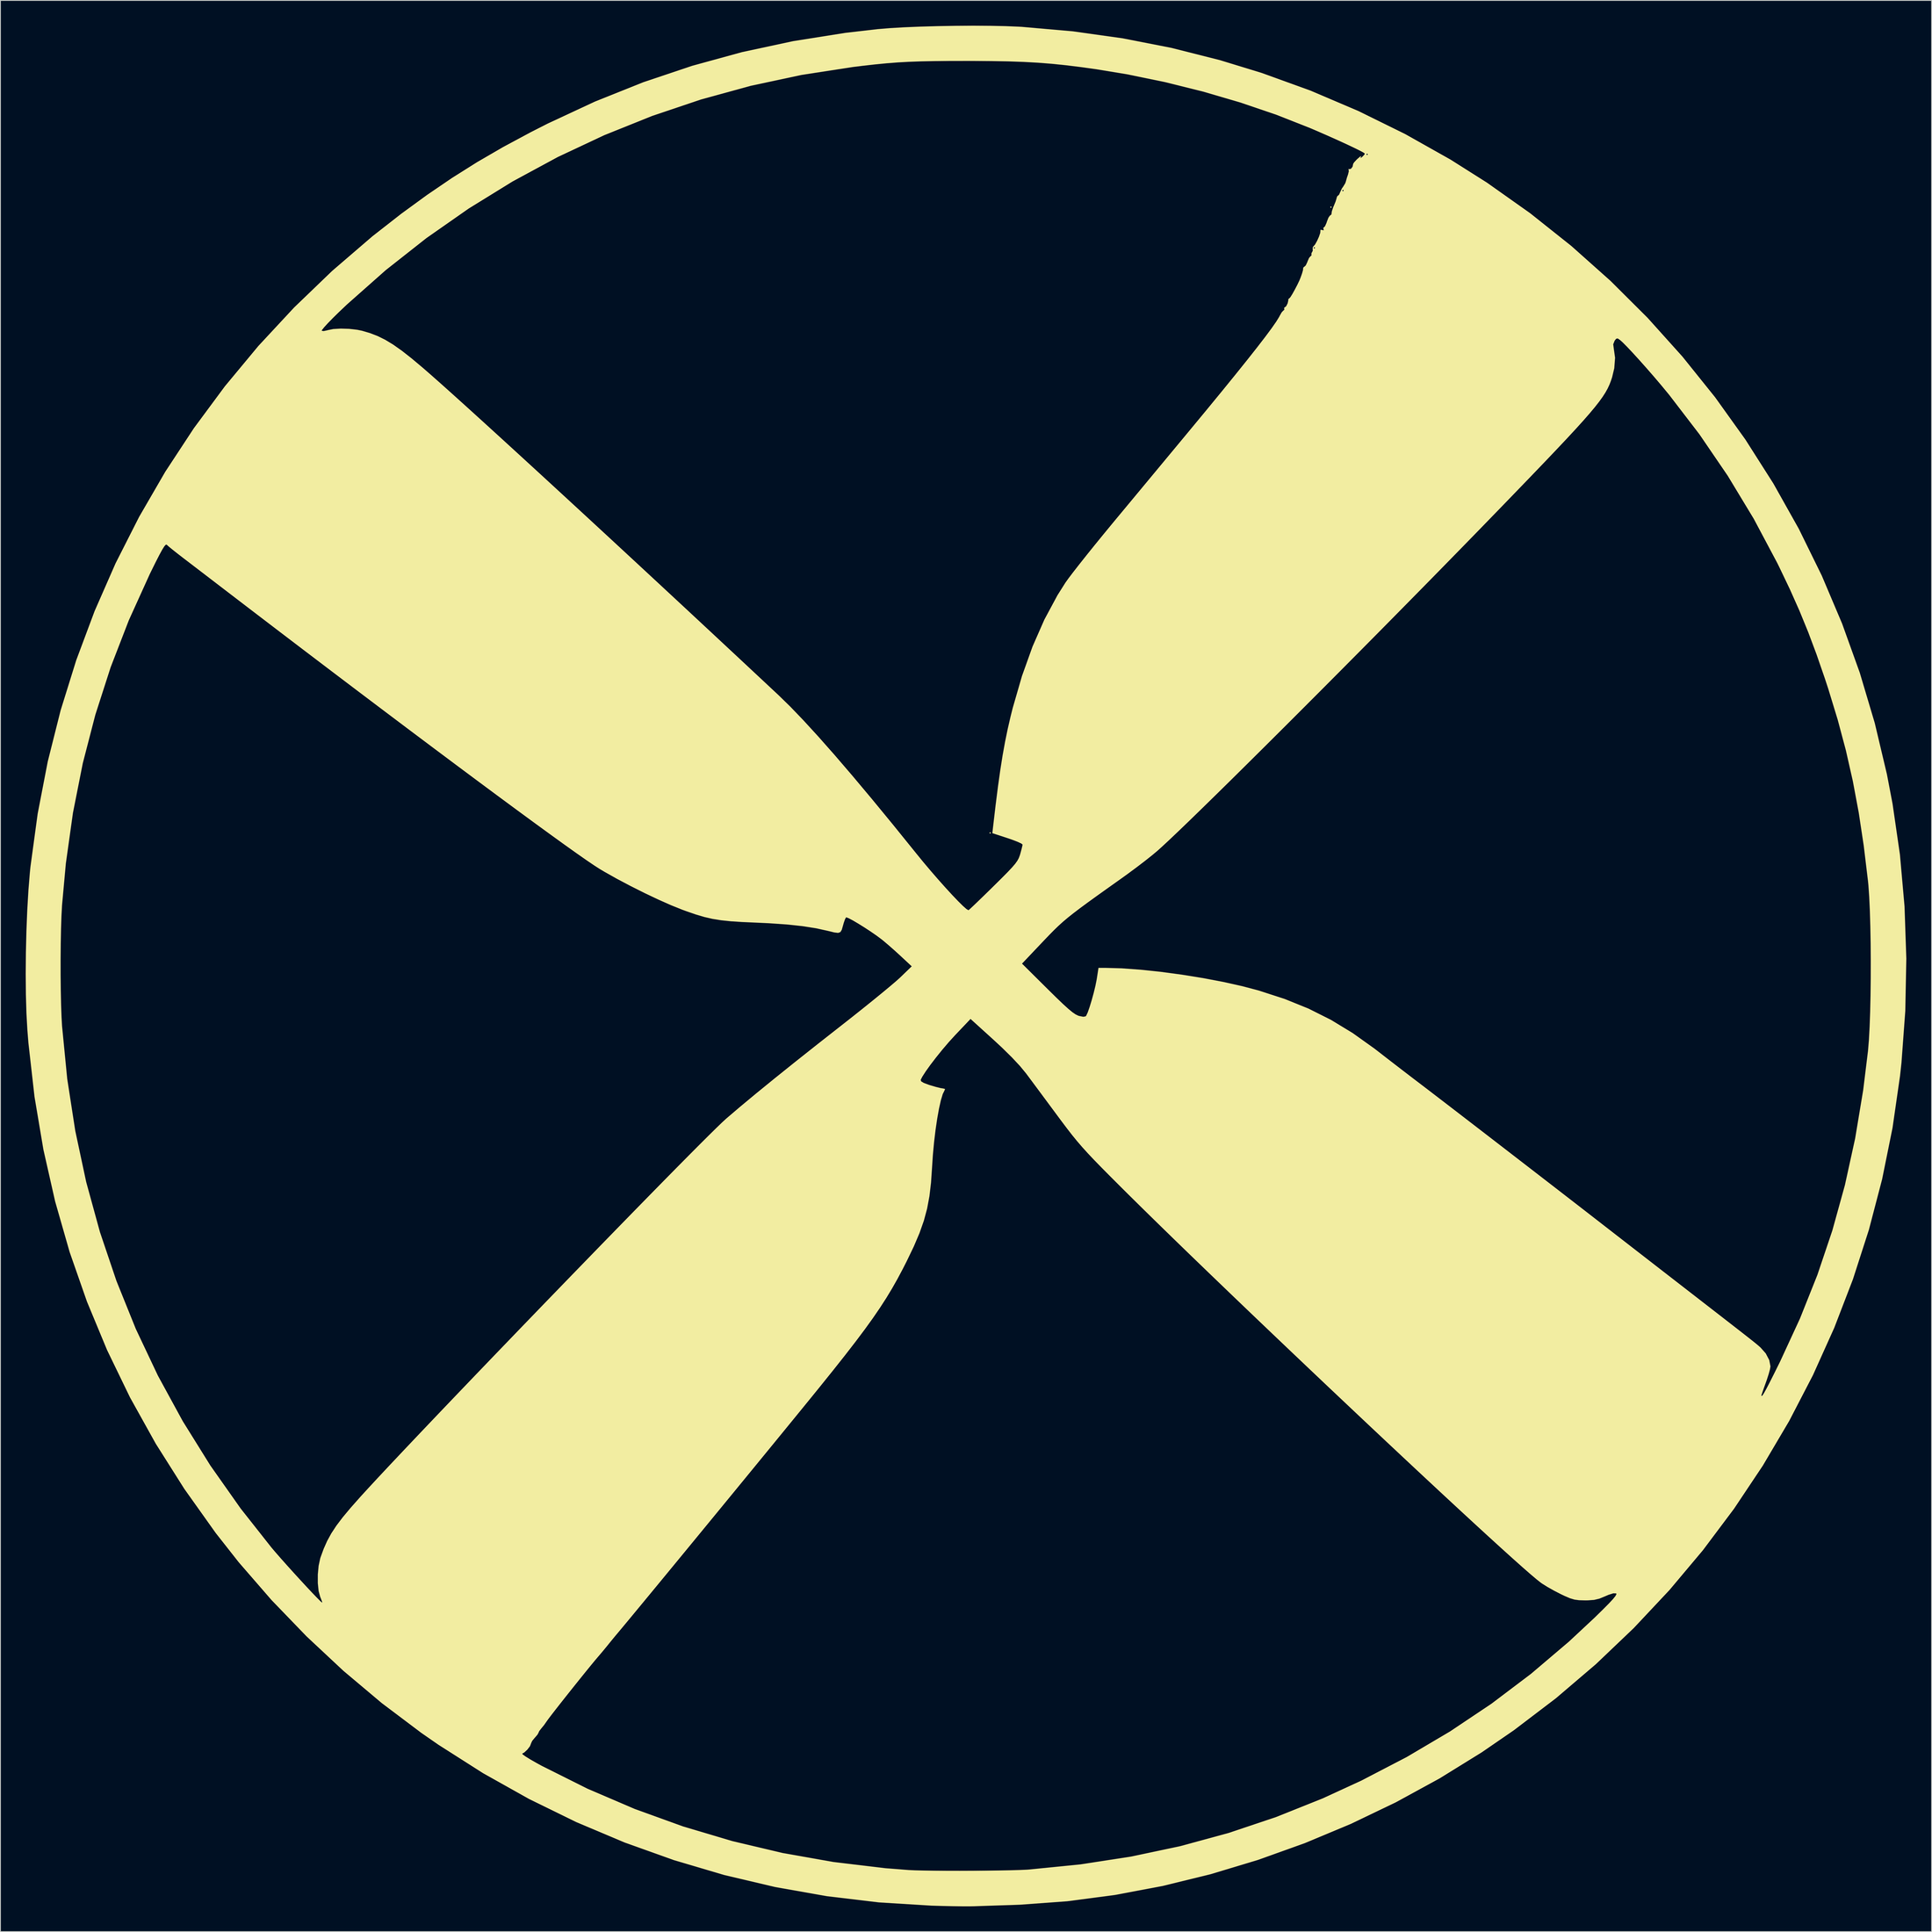
<source format=kicad_pcb>
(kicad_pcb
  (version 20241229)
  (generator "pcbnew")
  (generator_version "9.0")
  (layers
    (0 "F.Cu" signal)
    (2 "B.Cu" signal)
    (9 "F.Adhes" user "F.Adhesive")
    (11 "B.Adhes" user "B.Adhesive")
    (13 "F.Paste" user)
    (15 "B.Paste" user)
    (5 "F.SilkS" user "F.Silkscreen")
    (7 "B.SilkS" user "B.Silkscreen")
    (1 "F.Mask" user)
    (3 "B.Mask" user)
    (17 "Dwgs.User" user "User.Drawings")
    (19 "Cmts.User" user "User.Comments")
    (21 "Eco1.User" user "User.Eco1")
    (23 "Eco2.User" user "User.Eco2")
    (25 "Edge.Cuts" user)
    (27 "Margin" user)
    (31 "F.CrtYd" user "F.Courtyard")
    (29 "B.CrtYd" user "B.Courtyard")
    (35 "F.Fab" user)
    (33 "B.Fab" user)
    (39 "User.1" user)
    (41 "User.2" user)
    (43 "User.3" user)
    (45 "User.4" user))
  (footprint "multitest"
    (layer "F.Cu")
    (at 111.454 111.405)
    (property "Reference" "multitest" (at 0 0 0) (layer "F.SilkS") (effects (font (size 1.524 1.524) (thickness 0.3))))
    (attr board_only exclude_from_pos_files exclude_from_bom)
    (fp_poly (pts (xy 3.041 -15.651) (xy 2.951 -15.562) (xy 2.862 -15.651) (xy 2.951 -15.741)) (stroke (width 0) (type solid)) (fill yes) (layer "F.SilkS"))
    (fp_poly (pts (xy 43.466 -89.884) (xy 43.377 -89.794) (xy 43.287 -89.884) (xy 43.377 -89.973)) (stroke (width 0) (type solid)) (fill yes) (layer "F.SilkS"))
    (fp_poly (pts (xy 2.96 -111.393) (xy 4.788 -111.355) (xy 6.37 -111.29) (xy 6.708 -111.27) (xy 12.77 -110.737) (xy 18.669 -109.909) (xy 24.458 -108.775) (xy 30.191 -107.325) (xy 35.158 -105.805) (xy 40.945 -103.71) (xy 46.636 -101.285) (xy 52.188 -98.55) (xy 57.563 -95.524) (xy 61.886 -92.79) (xy 67.009 -89.164) (xy 71.898 -85.275) (xy 76.545 -81.134) (xy 80.941 -76.754) (xy 85.08 -72.148) (xy 88.951 -67.329) (xy 92.547 -62.309) (xy 95.861 -57.101) (xy 98.883 -51.718) (xy 101.605 -46.171) (xy 104.019 -40.474) (xy 106.117 -34.639) (xy 107.891 -28.68) (xy 109.332 -22.607) (xy 110 -19.108) (xy 110.877 -13.069) (xy 111.422 -6.934) (xy 111.634 -0.746) (xy 111.513 5.452) (xy 111.058 11.62) (xy 110.892 13.147) (xy 109.998 19.337) (xy 108.763 25.434) (xy 107.195 31.427) (xy 105.3 37.304) (xy 103.087 43.053) (xy 100.563 48.661) (xy 97.735 54.116) (xy 94.611 59.406) (xy 91.198 64.518) (xy 87.505 69.442) (xy 83.538 74.164) (xy 79.305 78.672) (xy 74.813 82.955) (xy 70.071 86.999) (xy 65.085 90.793) (xy 61.264 93.419) (xy 56.268 96.509) (xy 51.087 99.34) (xy 45.751 101.901) (xy 40.288 104.184) (xy 34.728 106.178) (xy 29.101 107.875) (xy 23.436 109.264) (xy 17.763 110.336) (xy 12.11 111.082) (xy 6.507 111.492) (xy 5.402 111.532) (xy 4.28 111.567) (xy 3.166 111.604) (xy 2.162 111.637) (xy 1.365 111.665) (xy 1.073 111.676) (xy 0.475 111.686) (xy -0.401 111.683) (xy -1.474 111.669) (xy -2.664 111.643) (xy -3.89 111.608) (xy -4.025 111.603) (xy -10.25 111.217) (xy -16.43 110.479) (xy -22.551 109.395) (xy -28.597 107.969) (xy -34.554 106.207) (xy -40.408 104.113) (xy -46.142 101.693) (xy -51.743 98.951) (xy -57.197 95.893) (xy -60.84 93.572) (xy -52.556 93.572) (xy -52.488 93.676) (xy -52.148 93.917) (xy -51.585 94.264) (xy -50.844 94.688) (xy -50.231 95.023) (xy -44.796 97.739) (xy -39.209 100.134) (xy -33.483 102.205) (xy -27.632 103.947) (xy -21.67 105.357) (xy -15.612 106.43) (xy -9.471 107.163) (xy -6.708 107.38) (xy -5.957 107.414) (xy -4.913 107.439) (xy -3.638 107.457) (xy -2.195 107.467) (xy -0.647 107.469) (xy 0.942 107.464) (xy 2.509 107.451) (xy 3.992 107.432) (xy 5.328 107.407) (xy 6.452 107.375) (xy 7.303 107.337) (xy 7.513 107.323) (xy 13.672 106.707) (xy 19.664 105.783) (xy 25.511 104.544) (xy 31.237 102.983) (xy 36.865 101.095) (xy 42.418 98.873) (xy 46.975 96.776) (xy 52.377 93.968) (xy 57.515 90.933) (xy 62.416 87.653) (xy 67.107 84.108) (xy 71.616 80.279) (xy 74.659 77.438) (xy 75.622 76.495) (xy 76.342 75.769) (xy 76.839 75.235) (xy 77.133 74.87) (xy 77.247 74.651) (xy 77.214 74.561) (xy 76.879 74.551) (xy 76.297 74.734) (xy 75.905 74.905) (xy 75.223 75.186) (xy 74.592 75.335) (xy 73.84 75.388) (xy 73.509 75.39) (xy 72.818 75.372) (xy 72.267 75.298) (xy 71.728 75.136) (xy 71.071 74.853) (xy 70.648 74.651) (xy 69.855 74.243) (xy 69.073 73.803) (xy 68.44 73.408) (xy 68.293 73.306) (xy 67.798 72.917) (xy 67.062 72.295) (xy 66.101 71.455) (xy 64.932 70.413) (xy 63.57 69.183) (xy 62.033 67.782) (xy 60.336 66.224) (xy 58.495 64.525) (xy 56.527 62.7) (xy 54.448 60.764) (xy 52.275 58.734) (xy 50.023 56.623) (xy 47.709 54.448) (xy 45.35 52.223) (xy 42.96 49.965) (xy 40.558 47.688) (xy 38.158 45.408) (xy 35.778 43.14) (xy 33.433 40.9) (xy 31.141 38.702) (xy 28.916 36.562) (xy 26.775 34.496) (xy 24.735 32.518) (xy 22.813 30.644) (xy 21.023 28.89) (xy 19.382 27.271) (xy 18.583 26.476) (xy 17.285 25.179) (xy 16.204 24.089) (xy 15.301 23.161) (xy 14.536 22.352) (xy 13.871 21.617) (xy 13.267 20.915) (xy 12.684 20.2) (xy 12.084 19.428) (xy 11.427 18.557) (xy 10.996 17.977) (xy 10.187 16.885) (xy 9.377 15.792) (xy 8.614 14.763) (xy 7.944 13.861) (xy 7.415 13.15) (xy 7.213 12.879) (xy 6.497 12.009) (xy 5.53 10.974) (xy 4.353 9.816) (xy 3.352 8.888) (xy 0.626 6.417) (xy -1.211 8.351) (xy -1.942 9.153) (xy -2.701 10.042) (xy -3.442 10.959) (xy -4.12 11.843) (xy -4.687 12.634) (xy -5.098 13.273) (xy -5.286 13.642) (xy -5.234 13.818) (xy -4.919 14.009) (xy -4.299 14.238) (xy -4.162 14.282) (xy -3.507 14.475) (xy -2.952 14.613) (xy -2.616 14.668) (xy -2.611 14.668) (xy -2.392 14.728) (xy -2.456 14.891) (xy -2.67 15.326) (xy -2.893 16.067) (xy -3.116 17.061) (xy -3.33 18.257) (xy -3.528 19.603) (xy -3.701 21.048) (xy -3.84 22.538) (xy -3.938 24.023) (xy -3.939 24.043) (xy -4.06 25.834) (xy -4.248 27.431) (xy -4.524 28.912) (xy -4.91 30.349) (xy -5.427 31.817) (xy -6.097 33.392) (xy -6.941 35.149) (xy -7.418 36.085) (xy -8.036 37.248) (xy -8.676 38.379) (xy -9.359 39.509) (xy -10.11 40.672) (xy -10.949 41.898) (xy -11.901 43.22) (xy -12.988 44.669) (xy -14.232 46.278) (xy -15.656 48.077) (xy -17.283 50.1) (xy -18.086 51.09) (xy -19.154 52.403) (xy -20.359 53.88) (xy -21.678 55.495) (xy -23.093 57.225) (xy -24.581 59.043) (xy -26.122 60.924) (xy -27.697 62.845) (xy -29.283 64.778) (xy -30.861 66.7) (xy -32.41 68.585) (xy -33.91 70.409) (xy -35.339 72.146) (xy -36.677 73.77) (xy -37.904 75.258) (xy -39 76.584) (xy -39.942 77.723) (xy -40.712 78.65) (xy -41.288 79.339) (xy -41.527 79.623) (xy -41.812 79.968) (xy -42.206 80.451) (xy -42.421 80.719) (xy -42.9 81.303) (xy -43.401 81.898) (xy -43.572 82.096) (xy -43.932 82.521) (xy -44.448 83.147) (xy -45.079 83.923) (xy -45.787 84.802) (xy -46.534 85.735) (xy -47.28 86.672) (xy -47.987 87.566) (xy -48.615 88.367) (xy -49.126 89.027) (xy -49.482 89.496) (xy -49.627 89.7) (xy -49.964 90.181) (xy -50.294 90.584) (xy -50.538 90.898) (xy -50.621 91.088) (xy -50.737 91.306) (xy -51.02 91.639) (xy -51.068 91.689) (xy -51.37 92.057) (xy -51.514 92.362) (xy -51.515 92.387) (xy -51.641 92.698) (xy -51.943 93.089) (xy -52.306 93.428) (xy -52.556 93.572) (xy -60.84 93.572) (xy -62.487 92.523) (xy -64.525 91.11) (xy -69.214 87.578) (xy -73.768 83.747) (xy -78.142 79.658) (xy -82.293 75.354) (xy -86.177 70.878) (xy -88.913 67.4) (xy -92.635 62.169) (xy -96.023 56.81) (xy -99.078 51.321) (xy -101.799 45.703) (xy -104.186 39.955) (xy -106.241 34.076) (xy -107.963 28.066) (xy -109.353 21.925) (xy -110.41 15.651) (xy -111.135 9.244) (xy -111.259 7.692) (xy -111.369 5.729) (xy -111.433 3.495) (xy -111.454 1.072) (xy -111.439 -0.692) (xy -107.313 -0.692) (xy -107.312 1.187) (xy -107.293 3.02) (xy -107.257 4.724) (xy -107.203 6.219) (xy -107.145 7.244) (xy -106.53 13.522) (xy -105.575 19.692) (xy -104.281 25.75) (xy -102.651 31.689) (xy -100.688 37.503) (xy -98.394 43.187) (xy -95.771 48.734) (xy -92.821 54.139) (xy -89.548 59.395) (xy -85.953 64.497) (xy -82.293 69.135) (xy -81.781 69.736) (xy -81.147 70.46) (xy -80.429 71.266) (xy -79.666 72.112) (xy -78.897 72.954) (xy -78.16 73.752) (xy -77.494 74.463) (xy -76.937 75.044) (xy -76.53 75.455) (xy -76.309 75.652) (xy -76.286 75.663) (xy -76.307 75.519) (xy -76.443 75.156) (xy -76.512 74.993) (xy -76.707 74.286) (xy -76.803 73.355) (xy -76.803 72.318) (xy -76.708 71.295) (xy -76.517 70.406) (xy -76.482 70.297) (xy -76.109 69.277) (xy -75.695 68.345) (xy -75.205 67.448) (xy -74.602 66.53) (xy -73.85 65.537) (xy -72.913 64.415) (xy -71.755 63.108) (xy -71.624 62.963) (xy -70.73 61.987) (xy -69.641 60.812) (xy -68.372 59.456) (xy -66.942 57.938) (xy -65.367 56.273) (xy -63.664 54.481) (xy -61.85 52.577) (xy -59.942 50.581) (xy -57.957 48.509) (xy -55.912 46.379) (xy -53.823 44.208) (xy -51.709 42.014) (xy -49.585 39.815) (xy -47.469 37.628) (xy -45.377 35.47) (xy -43.327 33.359) (xy -41.336 31.313) (xy -39.42 29.349) (xy -37.597 27.484) (xy -35.883 25.737) (xy -34.295 24.124) (xy -32.851 22.664) (xy -31.567 21.373) (xy -30.46 20.269) (xy -29.547 19.37) (xy -28.846 18.693) (xy -28.372 18.256) (xy -28.338 18.226) (xy -26.716 16.843) (xy -24.809 15.258) (xy -22.621 13.476) (xy -20.161 11.502) (xy -17.433 9.34) (xy -14.759 7.242) (xy -13.45 6.214) (xy -12.178 5.202) (xy -10.982 4.24) (xy -9.902 3.359) (xy -8.978 2.593) (xy -8.249 1.974) (xy -7.757 1.535) (xy -7.693 1.475) (xy -6.35 0.177) (xy -6.694 -0.144) (xy 6.734 -0.144) (xy 9.762 2.862) (xy 10.783 3.868) (xy 11.592 4.643) (xy 12.223 5.217) (xy 12.711 5.62) (xy 13.091 5.88) (xy 13.395 6.028) (xy 13.497 6.06) (xy 14 6.162) (xy 14.272 6.112) (xy 14.347 6.033) (xy 14.525 5.65) (xy 14.75 5.011) (xy 14.995 4.209) (xy 15.235 3.336) (xy 15.441 2.487) (xy 15.588 1.753) (xy 15.602 1.666) (xy 15.805 0.358) (xy 16.589 0.358) (xy 18.57 0.414) (xy 20.806 0.577) (xy 23.213 0.831) (xy 25.707 1.167) (xy 28.206 1.571) (xy 30.625 2.031) (xy 32.881 2.535) (xy 34.804 3.045) (xy 37.892 4.047) (xy 40.722 5.193) (xy 43.383 6.527) (xy 45.961 8.094) (xy 48.545 9.938) (xy 49.047 10.326) (xy 49.848 10.949) (xy 50.848 11.721) (xy 51.958 12.575) (xy 53.09 13.442) (xy 54.109 14.218) (xy 54.81 14.753) (xy 55.759 15.48) (xy 56.924 16.373) (xy 58.268 17.406) (xy 59.758 18.553) (xy 61.361 19.787) (xy 63.041 21.082) (xy 64.764 22.411) (xy 66.497 23.748) (xy 68.206 25.067) (xy 69.855 26.341) (xy 71.41 27.544) (xy 72.839 28.649) (xy 74.105 29.631) (xy 74.977 30.308) (xy 75.55 30.753) (xy 76.367 31.387) (xy 77.388 32.179) (xy 78.575 33.1) (xy 79.889 34.119) (xy 81.29 35.205) (xy 82.739 36.329) (xy 83.986 37.295) (xy 85.868 38.754) (xy 87.488 40.01) (xy 88.869 41.08) (xy 90.03 41.981) (xy 90.993 42.729) (xy 91.78 43.341) (xy 92.411 43.833) (xy 92.907 44.222) (xy 93.291 44.525) (xy 93.583 44.757) (xy 93.804 44.936) (xy 93.975 45.079) (xy 94.118 45.201) (xy 94.254 45.32) (xy 94.337 45.393) (xy 94.959 46.096) (xy 95.373 46.888) (xy 95.518 47.63) (xy 95.458 47.985) (xy 95.299 48.568) (xy 95.07 49.271) (xy 94.982 49.519) (xy 94.741 50.187) (xy 94.556 50.717) (xy 94.456 51.028) (xy 94.445 51.073) (xy 94.475 51.157) (xy 94.573 51.072) (xy 94.754 50.792) (xy 95.032 50.291) (xy 95.42 49.546) (xy 95.933 48.53) (xy 96.583 47.218) (xy 96.649 47.086) (xy 99.02 41.953) (xy 101.087 36.774) (xy 102.859 31.512) (xy 104.349 26.129) (xy 105.565 20.587) (xy 106.519 14.851) (xy 107.09 10.196) (xy 107.194 8.933) (xy 107.279 7.378) (xy 107.344 5.595) (xy 107.388 3.646) (xy 107.412 1.591) (xy 107.416 -0.505) (xy 107.401 -2.581) (xy 107.364 -4.576) (xy 107.308 -6.426) (xy 107.232 -8.069) (xy 107.136 -9.444) (xy 107.089 -9.927) (xy 106.584 -14.124) (xy 105.99 -18.053) (xy 105.289 -21.799) (xy 104.464 -25.445) (xy 103.495 -29.074) (xy 102.366 -32.771) (xy 101.966 -33.986) (xy 100.976 -36.85) (xy 99.989 -39.482) (xy 98.956 -42.006) (xy 97.826 -44.543) (xy 96.548 -47.215) (xy 96.324 -47.67) (xy 93.538 -52.909) (xy 90.45 -58.014) (xy 87.093 -62.934) (xy 83.501 -67.617) (xy 82.543 -68.777) (xy 81.691 -69.779) (xy 80.819 -70.78) (xy 79.97 -71.734) (xy 79.188 -72.592) (xy 78.513 -73.309) (xy 77.989 -73.837) (xy 77.696 -74.101) (xy 77.397 -74.308) (xy 77.212 -74.267) (xy 77.034 -74.041) (xy 76.864 -73.612) (xy 76.932 -73.1) (xy 77.085 -72.017) (xy 76.989 -70.77) (xy 76.736 -69.713) (xy 76.587 -69.26) (xy 76.415 -68.819) (xy 76.206 -68.371) (xy 75.943 -67.898) (xy 75.612 -67.383) (xy 75.197 -66.807) (xy 74.683 -66.152) (xy 74.055 -65.402) (xy 73.298 -64.537) (xy 72.395 -63.54) (xy 71.332 -62.393) (xy 70.093 -61.079) (xy 68.664 -59.578) (xy 67.028 -57.874) (xy 65.17 -55.948) (xy 63.321 -54.036) (xy 61.168 -51.817) (xy 58.93 -49.519) (xy 56.623 -47.16) (xy 54.265 -44.755) (xy 51.871 -42.323) (xy 49.46 -39.879) (xy 47.048 -37.442) (xy 44.652 -35.027) (xy 42.289 -32.652) (xy 39.975 -30.334) (xy 37.729 -28.089) (xy 35.567 -25.935) (xy 33.505 -23.889) (xy 31.561 -21.966) (xy 29.752 -20.186) (xy 28.094 -18.563) (xy 26.605 -17.116) (xy 25.301 -15.861) (xy 24.2 -14.816) (xy 23.318 -13.996) (xy 22.79 -13.522) (xy 22.151 -12.988) (xy 21.301 -12.315) (xy 20.324 -11.569) (xy 19.303 -10.812) (xy 18.587 -10.296) (xy 16.987 -9.159) (xy 15.645 -8.201) (xy 14.526 -7.393) (xy 13.595 -6.706) (xy 12.817 -6.114) (xy 12.157 -5.589) (xy 11.581 -5.101) (xy 11.054 -4.624) (xy 10.541 -4.129) (xy 10.007 -3.587) (xy 9.417 -2.973) (xy 9.181 -2.724) (xy 6.734 -0.144) (xy -6.694 -0.144) (xy -7.692 -1.073) (xy -8.381 -1.701) (xy -9.091 -2.326) (xy -9.708 -2.848) (xy -9.927 -3.025) (xy -10.517 -3.464) (xy -11.214 -3.946) (xy -11.956 -4.432) (xy -12.679 -4.883) (xy -13.32 -5.261) (xy -13.815 -5.524) (xy -14.1 -5.634) (xy -14.137 -5.631) (xy -14.258 -5.421) (xy -14.414 -4.979) (xy -14.506 -4.65) (xy -14.646 -4.163) (xy -14.812 -3.886) (xy -15.083 -3.789) (xy -15.539 -3.843) (xy -16.252 -4.018) (xy -17.684 -4.335) (xy -19.308 -4.59) (xy -21.168 -4.789) (xy -23.308 -4.937) (xy -24.863 -5.008) (xy -26.489 -5.08) (xy -27.834 -5.169) (xy -28.976 -5.29) (xy -29.994 -5.455) (xy -30.964 -5.679) (xy -31.964 -5.975) (xy -33.072 -6.357) (xy -33.585 -6.545) (xy -34.887 -7.068) (xy -36.4 -7.739) (xy -38.037 -8.515) (xy -39.707 -9.353) (xy -41.322 -10.207) (xy -42.793 -11.034) (xy -43.377 -11.381) (xy -44.042 -11.809) (xy -44.977 -12.444) (xy -46.166 -13.276) (xy -47.595 -14.294) (xy -49.249 -15.489) (xy -51.115 -16.848) (xy -53.178 -18.361) (xy -55.423 -20.018) (xy -57.836 -21.807) (xy -60.403 -23.719) (xy -63.109 -25.742) (xy -65.94 -27.865) (xy -68.881 -30.079) (xy -71.919 -32.371) (xy -75.038 -34.732) (xy -78.224 -37.15) (xy -81.463 -39.616) (xy -84.741 -42.118) (xy -88.043 -44.645) (xy -88.453 -44.959) (xy -89.442 -45.717) (xy -90.497 -46.525) (xy -91.517 -47.305) (xy -92.401 -47.981) (xy -92.746 -48.244) (xy -93.446 -48.785) (xy -94.051 -49.264) (xy -94.498 -49.631) (xy -94.725 -49.837) (xy -94.73 -49.843) (xy -94.832 -49.845) (xy -95.003 -49.659) (xy -95.256 -49.258) (xy -95.608 -48.613) (xy -96.075 -47.699) (xy -96.672 -46.489) (xy -96.731 -46.369) (xy -99.224 -40.87) (xy -101.376 -35.308) (xy -103.194 -29.663) (xy -104.683 -23.915) (xy -105.847 -18.044) (xy -106.692 -12.029) (xy -107.145 -7.065) (xy -107.213 -5.806) (xy -107.264 -4.27) (xy -107.297 -2.538) (xy -107.313 -0.692) (xy -111.439 -0.692) (xy -111.432 -1.456) (xy -111.371 -4.008) (xy -111.27 -6.5) (xy -111.132 -8.849) (xy -110.959 -10.972) (xy -110.892 -11.627) (xy -110.035 -17.921) (xy -108.84 -24.112) (xy -107.312 -30.189) (xy -105.458 -36.142) (xy -103.283 -41.96) (xy -100.795 -47.631) (xy -97.998 -53.145) (xy -94.9 -58.491) (xy -91.507 -63.658) (xy -87.824 -68.635) (xy -83.858 -73.411) (xy -82.182 -75.215) (xy -76.343 -75.215) (xy -76.107 -75.18) (xy -75.696 -75.268) (xy -75.646 -75.285) (xy -74.974 -75.423) (xy -74.081 -75.476) (xy -73.09 -75.446) (xy -72.126 -75.336) (xy -71.559 -75.219) (xy -70.604 -74.937) (xy -69.7 -74.588) (xy -68.801 -74.143) (xy -67.861 -73.574) (xy -66.837 -72.851) (xy -65.682 -71.945) (xy -64.353 -70.829) (xy -63.415 -70.013) (xy -62.2 -68.938) (xy -60.741 -67.631) (xy -59.054 -66.109) (xy -57.154 -64.385) (xy -55.057 -62.473) (xy -52.779 -60.39) (xy -50.336 -58.149) (xy -47.744 -55.764) (xy -45.018 -53.251) (xy -42.175 -50.624) (xy -39.231 -47.898) (xy -36.201 -45.087) (xy -33.101 -42.207) (xy -29.947 -39.27) (xy -26.755 -36.293) (xy -23.54 -33.29) (xy -22.104 -31.946) (xy -20.749 -30.624) (xy -19.198 -29.008) (xy -17.453 -27.104) (xy -15.518 -24.915) (xy -13.397 -22.444) (xy -11.093 -19.696) (xy -8.609 -16.675) (xy -5.949 -13.385) (xy -5.83 -13.237) (xy -4.983 -12.199) (xy -4.099 -11.151) (xy -3.212 -10.128) (xy -2.354 -9.165) (xy -1.557 -8.297) (xy -0.854 -7.56) (xy -0.276 -6.988) (xy 0.144 -6.617) (xy 0.373 -6.481) (xy 0.388 -6.483) (xy 0.546 -6.617) (xy 0.92 -6.966) (xy 1.473 -7.494) (xy 2.166 -8.164) (xy 2.961 -8.941) (xy 3.374 -9.348) (xy 4.314 -10.278) (xy 5.03 -11.001) (xy 5.557 -11.561) (xy 5.931 -11.999) (xy 6.185 -12.356) (xy 6.355 -12.675) (xy 6.476 -12.997) (xy 6.517 -13.132) (xy 6.671 -13.693) (xy 6.773 -14.12) (xy 6.797 -14.272) (xy 6.638 -14.397) (xy 6.207 -14.596) (xy 5.576 -14.839) (xy 5.006 -15.035) (xy 3.215 -15.621) (xy 3.308 -16.441) (xy 3.601 -18.945) (xy 3.88 -21.144) (xy 4.154 -23.093) (xy 4.431 -24.846) (xy 4.722 -26.454) (xy 5.034 -27.973) (xy 5.376 -29.455) (xy 5.632 -30.476) (xy 6.727 -34.259) (xy 7.98 -37.756) (xy 9.386 -40.956) (xy 10.939 -43.845) (xy 11.888 -45.346) (xy 12.243 -45.842) (xy 12.797 -46.572) (xy 13.517 -47.496) (xy 14.372 -48.573) (xy 15.329 -49.763) (xy 16.358 -51.026) (xy 17.425 -52.323) (xy 17.708 -52.665) (xy 18.95 -54.16) (xy 20.31 -55.798) (xy 21.728 -57.506) (xy 23.144 -59.212) (xy 24.497 -60.842) (xy 25.726 -62.323) (xy 26.512 -63.271) (xy 28.593 -65.786) (xy 30.442 -68.038) (xy 32.062 -70.032) (xy 33.459 -71.772) (xy 34.637 -73.264) (xy 35.599 -74.514) (xy 36.349 -75.525) (xy 36.892 -76.305) (xy 37.232 -76.857) (xy 37.3 -76.989) (xy 37.531 -77.396) (xy 37.732 -77.618) (xy 37.773 -77.631) (xy 37.861 -77.742) (xy 37.832 -77.81) (xy 37.839 -77.975) (xy 37.899 -77.989) (xy 38.074 -78.137) (xy 38.241 -78.469) (xy 38.323 -78.816) (xy 38.314 -78.928) (xy 38.409 -79.059) (xy 38.441 -79.062) (xy 38.573 -79.208) (xy 38.808 -79.586) (xy 39.097 -80.104) (xy 39.391 -80.668) (xy 39.64 -81.188) (xy 39.795 -81.571) (xy 39.807 -81.611) (xy 39.889 -81.835) (xy 39.971 -82.073) (xy 39.978 -82.103) (xy 40.061 -82.399) (xy 40.066 -82.416) (xy 40.089 -82.684) (xy 40.2 -82.816) (xy 40.233 -82.818) (xy 40.391 -82.971) (xy 40.57 -83.347) (xy 40.604 -83.444) (xy 40.782 -83.853) (xy 40.957 -84.063) (xy 40.986 -84.07) (xy 41.084 -84.179) (xy 41.059 -84.237) (xy 41.08 -84.468) (xy 41.13 -84.511) (xy 41.234 -84.746) (xy 41.21 -84.863) (xy 41.22 -85.054) (xy 41.32 -85.054) (xy 41.409 -84.965) (xy 41.499 -85.054) (xy 41.409 -85.144) (xy 41.32 -85.054) (xy 41.22 -85.054) (xy 41.225 -85.144) (xy 41.292 -85.216) (xy 41.498 -85.456) (xy 41.738 -85.886) (xy 41.961 -86.383) (xy 42.11 -86.826) (xy 42.134 -87.094) (xy 42.129 -87.104) (xy 42.154 -87.209) (xy 42.324 -87.168) (xy 42.533 -87.138) (xy 42.501 -87.26) (xy 42.474 -87.446) (xy 42.533 -87.469) (xy 42.679 -87.623) (xy 42.852 -88.011) (xy 42.908 -88.185) (xy 43.08 -88.628) (xy 43.252 -88.879) (xy 43.302 -88.9) (xy 43.446 -89.037) (xy 43.447 -89.124) (xy 43.494 -89.415) (xy 43.654 -89.878) (xy 43.733 -90.063) (xy 43.933 -90.553) (xy 44.048 -90.925) (xy 44.058 -91.002) (xy 44.149 -91.21) (xy 44.199 -91.225) (xy 44.351 -91.374) (xy 44.459 -91.628) (xy 44.562 -91.851) (xy 44.718 -91.851) (xy 44.808 -91.762) (xy 44.897 -91.851) (xy 44.808 -91.941) (xy 44.718 -91.851) (xy 44.562 -91.851) (xy 44.67 -92.085) (xy 44.834 -92.319) (xy 45.08 -92.72) (xy 45.155 -92.945) (xy 45.272 -93.37) (xy 45.406 -93.756) (xy 45.501 -94.143) (xy 45.467 -94.366) (xy 45.468 -94.424) (xy 45.549 -94.385) (xy 45.755 -94.432) (xy 45.945 -94.679) (xy 46.01 -94.981) (xy 46.007 -95.001) (xy 46.114 -95.178) (xy 46.404 -95.494) (xy 46.543 -95.627) (xy 46.842 -95.88) (xy 46.967 -95.934) (xy 46.948 -95.876) (xy 46.87 -95.703) (xy 47.003 -95.777) (xy 47.099 -95.853) (xy 47.342 -96.105) (xy 47.36 -96.144) (xy 47.58 -96.144) (xy 47.67 -96.055) (xy 47.759 -96.144) (xy 47.67 -96.234) (xy 47.58 -96.144) (xy 47.36 -96.144) (xy 47.401 -96.232) (xy 47.244 -96.352) (xy 46.801 -96.591) (xy 46.116 -96.929) (xy 45.232 -97.347) (xy 44.193 -97.823) (xy 43.042 -98.338) (xy 41.823 -98.871) (xy 40.873 -99.278) (xy 36.888 -100.847) (xy 32.644 -102.29) (xy 28.225 -103.586) (xy 23.715 -104.71) (xy 19.198 -105.64) (xy 15.562 -106.239) (xy 13.67 -106.502) (xy 11.932 -106.716) (xy 10.279 -106.886) (xy 8.638 -107.016) (xy 6.939 -107.11) (xy 5.113 -107.174) (xy 3.088 -107.21) (xy 0.793 -107.225) (xy 0.179 -107.226) (xy -1.907 -107.223) (xy -3.702 -107.207) (xy -5.273 -107.175) (xy -6.687 -107.124) (xy -8.012 -107.05) (xy -9.314 -106.949) (xy -10.659 -106.819) (xy -12.116 -106.654) (xy -13.326 -106.506) (xy -19.424 -105.564) (xy -25.435 -104.278) (xy -31.345 -102.655) (xy -37.14 -100.702) (xy -42.807 -98.426) (xy -48.332 -95.832) (xy -53.701 -92.927) (xy -58.902 -89.718) (xy -63.919 -86.211) (xy -68.74 -82.413) (xy -73.352 -78.33) (xy -74.322 -77.409) (xy -75.026 -76.717) (xy -75.618 -76.109) (xy -76.058 -75.626) (xy -76.306 -75.312) (xy -76.343 -75.215) (xy -82.182 -75.215) (xy -79.615 -77.976) (xy -75.102 -82.318) (xy -70.323 -86.427) (xy -66.885 -89.113) (xy -63.847 -91.328) (xy -60.887 -93.344) (xy -57.91 -95.219) (xy -54.823 -97.011) (xy -51.531 -98.779) (xy -49.548 -99.787) (xy -43.918 -102.41) (xy -38.208 -104.695) (xy -32.4 -106.647) (xy -26.477 -108.272) (xy -20.42 -109.574) (xy -14.212 -110.558) (xy -10.375 -111.001) (xy -8.939 -111.119) (xy -7.222 -111.219) (xy -5.297 -111.298) (xy -3.242 -111.356) (xy -1.13 -111.392) (xy 0.962 -111.405)) (stroke (width 0) (type solid)) (fill yes) (layer "F.SilkS")))
  (gr_rect
    (start -3 -3)
    (end 226.088 226.091)
    (stroke (width 0.1) (type default))
    (fill no)
    (layer "Edge.Cuts")))
</source>
